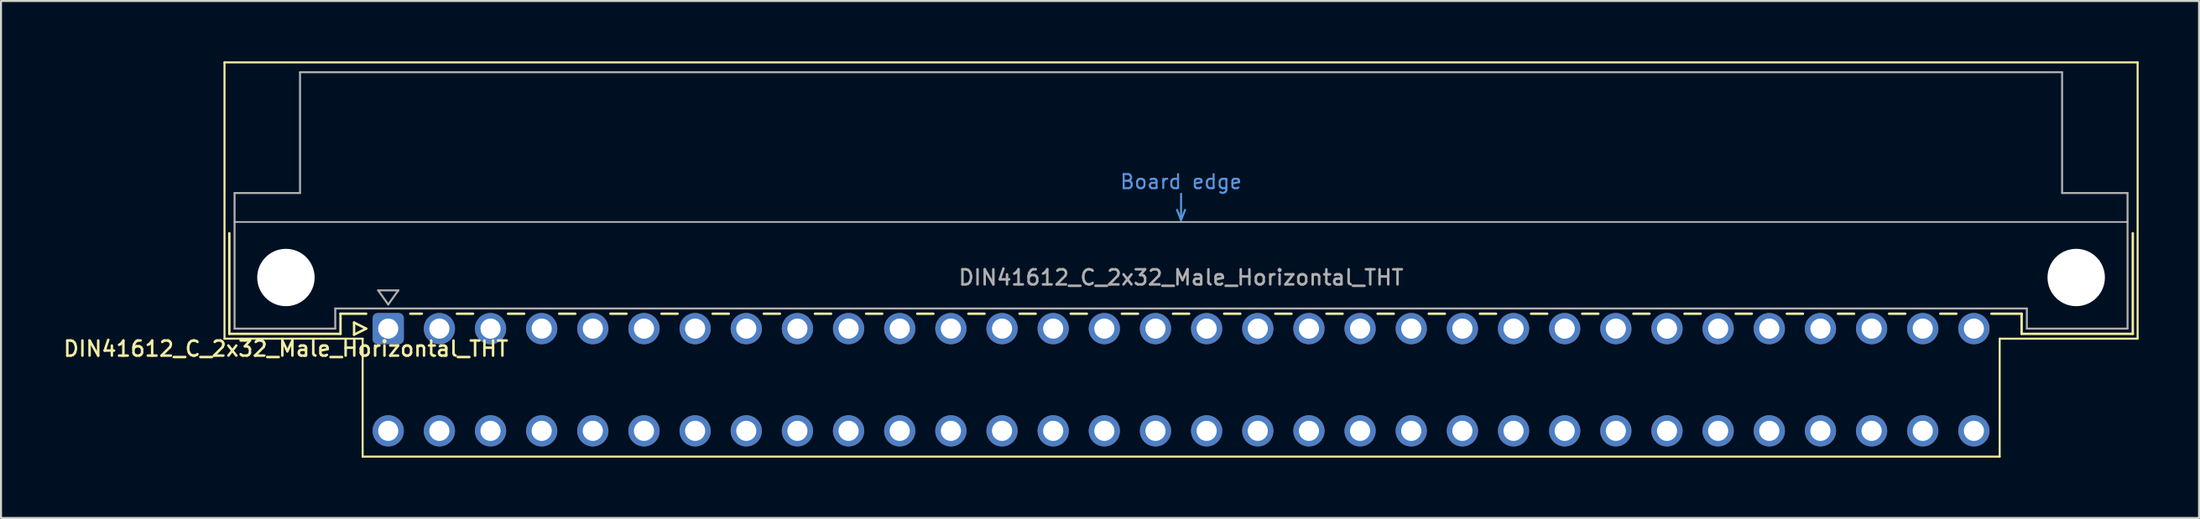
<source format=kicad_pcb>
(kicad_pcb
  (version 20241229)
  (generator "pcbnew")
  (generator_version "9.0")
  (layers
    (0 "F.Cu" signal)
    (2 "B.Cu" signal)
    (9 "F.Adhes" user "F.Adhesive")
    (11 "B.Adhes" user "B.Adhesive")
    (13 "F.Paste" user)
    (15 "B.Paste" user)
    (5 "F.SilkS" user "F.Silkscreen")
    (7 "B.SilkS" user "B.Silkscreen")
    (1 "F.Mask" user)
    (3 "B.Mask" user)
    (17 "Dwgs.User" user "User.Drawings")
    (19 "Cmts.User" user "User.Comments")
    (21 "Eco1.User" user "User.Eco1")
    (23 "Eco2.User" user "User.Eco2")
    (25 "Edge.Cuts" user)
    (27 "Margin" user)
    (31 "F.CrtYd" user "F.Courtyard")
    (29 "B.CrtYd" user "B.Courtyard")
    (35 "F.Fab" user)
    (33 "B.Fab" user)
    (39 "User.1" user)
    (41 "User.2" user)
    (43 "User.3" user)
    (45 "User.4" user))
  (footprint "DIN41612_C_2x32_Male_Horizontal_THT"
    (layer "F.Cu")
    (at 16.228 13.28)
    (property "Reference" "DIN41612_C_2x32_Male_Horizontal_THT" (at -5.08 1 0) (layer "F.SilkS") (effects (font (size 0.75 0.75) (thickness 0.125))))
    (attr through_hole)
    (fp_line (start -8.13 -13.23) (end -8.13 0.5) (stroke (width 0.1) (type solid)) (layer "F.SilkS"))
    (fp_line (start -8.13 0.5) (end -1.27 0.5) (stroke (width 0.1) (type solid)) (layer "F.SilkS"))
    (fp_line (start -7.89 -4.74) (end -7.89 0.26) (stroke (width 0.12) (type solid)) (layer "F.SilkS"))
    (fp_line (start -7.89 0.26) (end -2.37 0.26) (stroke (width 0.12) (type solid)) (layer "F.SilkS"))
    (fp_line (start -2.371 -0.74) (end -1.095 -0.74) (stroke (width 0.12) (type solid)) (layer "F.SilkS"))
    (fp_line (start -2.37 0.26) (end -2.37 -0.74) (stroke (width 0.12) (type solid)) (layer "F.SilkS"))
    (fp_line (start -1.695 -0.3) (end -1.695 0.3) (stroke (width 0.12) (type solid)) (layer "F.SilkS"))
    (fp_line (start -1.695 0.3) (end -1.095 0) (stroke (width 0.12) (type solid)) (layer "F.SilkS"))
    (fp_line (start -1.27 0.5) (end -1.27 6.36) (stroke (width 0.1) (type solid)) (layer "F.SilkS"))
    (fp_line (start -1.27 6.36) (end 80.02 6.36) (stroke (width 0.1) (type solid)) (layer "F.SilkS"))
    (fp_line (start -1.095 0) (end -1.695 -0.3) (stroke (width 0.12) (type solid)) (layer "F.SilkS"))
    (fp_line (start 1.095 -0.74) (end 1.671 -0.74) (stroke (width 0.12) (type solid)) (layer "F.SilkS"))
    (fp_line (start 3.41 -0.74) (end 4.211 -0.74) (stroke (width 0.12) (type solid)) (layer "F.SilkS"))
    (fp_line (start 5.95 -0.74) (end 6.751 -0.74) (stroke (width 0.12) (type solid)) (layer "F.SilkS"))
    (fp_line (start 8.49 -0.74) (end 9.291 -0.74) (stroke (width 0.12) (type solid)) (layer "F.SilkS"))
    (fp_line (start 11.03 -0.74) (end 11.831 -0.74) (stroke (width 0.12) (type solid)) (layer "F.SilkS"))
    (fp_line (start 13.57 -0.74) (end 14.371 -0.74) (stroke (width 0.12) (type solid)) (layer "F.SilkS"))
    (fp_line (start 16.11 -0.74) (end 16.911 -0.74) (stroke (width 0.12) (type solid)) (layer "F.SilkS"))
    (fp_line (start 18.65 -0.74) (end 19.451 -0.74) (stroke (width 0.12) (type solid)) (layer "F.SilkS"))
    (fp_line (start 21.19 -0.74) (end 21.991 -0.74) (stroke (width 0.12) (type solid)) (layer "F.SilkS"))
    (fp_line (start 23.73 -0.74) (end 24.531 -0.74) (stroke (width 0.12) (type solid)) (layer "F.SilkS"))
    (fp_line (start 26.27 -0.74) (end 27.071 -0.74) (stroke (width 0.12) (type solid)) (layer "F.SilkS"))
    (fp_line (start 28.81 -0.74) (end 29.611 -0.74) (stroke (width 0.12) (type solid)) (layer "F.SilkS"))
    (fp_line (start 31.35 -0.74) (end 32.151 -0.74) (stroke (width 0.12) (type solid)) (layer "F.SilkS"))
    (fp_line (start 33.89 -0.74) (end 34.691 -0.74) (stroke (width 0.12) (type solid)) (layer "F.SilkS"))
    (fp_line (start 36.43 -0.74) (end 37.231 -0.74) (stroke (width 0.12) (type solid)) (layer "F.SilkS"))
    (fp_line (start 38.97 -0.74) (end 39.771 -0.74) (stroke (width 0.12) (type solid)) (layer "F.SilkS"))
    (fp_line (start 41.51 -0.74) (end 42.311 -0.74) (stroke (width 0.12) (type solid)) (layer "F.SilkS"))
    (fp_line (start 44.05 -0.74) (end 44.851 -0.74) (stroke (width 0.12) (type solid)) (layer "F.SilkS"))
    (fp_line (start 46.59 -0.74) (end 47.391 -0.74) (stroke (width 0.12) (type solid)) (layer "F.SilkS"))
    (fp_line (start 49.13 -0.74) (end 49.931 -0.74) (stroke (width 0.12) (type solid)) (layer "F.SilkS"))
    (fp_line (start 51.67 -0.74) (end 52.471 -0.74) (stroke (width 0.12) (type solid)) (layer "F.SilkS"))
    (fp_line (start 54.21 -0.74) (end 55.011 -0.74) (stroke (width 0.12) (type solid)) (layer "F.SilkS"))
    (fp_line (start 56.75 -0.74) (end 57.551 -0.74) (stroke (width 0.12) (type solid)) (layer "F.SilkS"))
    (fp_line (start 59.29 -0.74) (end 60.091 -0.74) (stroke (width 0.12) (type solid)) (layer "F.SilkS"))
    (fp_line (start 61.83 -0.74) (end 62.631 -0.74) (stroke (width 0.12) (type solid)) (layer "F.SilkS"))
    (fp_line (start 64.37 -0.74) (end 65.171 -0.74) (stroke (width 0.12) (type solid)) (layer "F.SilkS"))
    (fp_line (start 66.91 -0.74) (end 67.711 -0.74) (stroke (width 0.12) (type solid)) (layer "F.SilkS"))
    (fp_line (start 69.45 -0.74) (end 70.251 -0.74) (stroke (width 0.12) (type solid)) (layer "F.SilkS"))
    (fp_line (start 71.99 -0.74) (end 72.791 -0.74) (stroke (width 0.12) (type solid)) (layer "F.SilkS"))
    (fp_line (start 74.53 -0.74) (end 75.331 -0.74) (stroke (width 0.12) (type solid)) (layer "F.SilkS"))
    (fp_line (start 77.07 -0.74) (end 77.871 -0.74) (stroke (width 0.12) (type solid)) (layer "F.SilkS"))
    (fp_line (start 79.61 -0.74) (end 81.11 -0.74) (stroke (width 0.12) (type solid)) (layer "F.SilkS"))
    (fp_line (start 80.02 0.5) (end 86.87 0.5) (stroke (width 0.1) (type solid)) (layer "F.SilkS"))
    (fp_line (start 80.02 6.36) (end 80.02 0.5) (stroke (width 0.1) (type solid)) (layer "F.SilkS"))
    (fp_line (start 81.11 0.26) (end 81.11 -0.74) (stroke (width 0.12) (type solid)) (layer "F.SilkS"))
    (fp_line (start 86.63 -4.74) (end 86.63 0.26) (stroke (width 0.12) (type solid)) (layer "F.SilkS"))
    (fp_line (start 86.63 0.26) (end 81.11 0.26) (stroke (width 0.12) (type solid)) (layer "F.SilkS"))
    (fp_line (start 86.87 -13.23) (end -8.13 -13.23) (stroke (width 0.1) (type solid)) (layer "F.SilkS"))
    (fp_line (start 86.87 0.5) (end 86.87 -13.23) (stroke (width 0.1) (type solid)) (layer "F.SilkS"))
    (fp_line (start -7.63 -5.3) (end 86.37 -5.3) (stroke (width 0.08) (type solid)) (layer "Dwgs.User"))
    (fp_line (start 39.17 -5.9) (end 39.37 -5.4) (stroke (width 0.1) (type solid)) (layer "Cmts.User"))
    (fp_line (start 39.37 -5.4) (end 39.37 -6.7) (stroke (width 0.1) (type solid)) (layer "Cmts.User"))
    (fp_line (start 39.37 -5.4) (end 39.57 -5.9) (stroke (width 0.1) (type solid)) (layer "Cmts.User"))
    (fp_line (start -7.63 -6.74) (end -7.63 0) (stroke (width 0.1) (type solid)) (layer "F.Fab"))
    (fp_line (start -7.63 0) (end -2.63 0) (stroke (width 0.1) (type solid)) (layer "F.Fab"))
    (fp_line (start -4.38 -12.74) (end -4.38 -6.74) (stroke (width 0.1) (type solid)) (layer "F.Fab"))
    (fp_line (start -4.38 -6.74) (end -7.63 -6.74) (stroke (width 0.1) (type solid)) (layer "F.Fab"))
    (fp_line (start -2.63 -1) (end 81.37 -1) (stroke (width 0.1) (type solid)) (layer "F.Fab"))
    (fp_line (start -2.63 0) (end -2.63 -1) (stroke (width 0.1) (type solid)) (layer "F.Fab"))
    (fp_line (start -0.5 -1.9) (end 0.5 -1.9) (stroke (width 0.1) (type solid)) (layer "F.Fab"))
    (fp_line (start 0 -1.2) (end -0.5 -1.9) (stroke (width 0.1) (type solid)) (layer "F.Fab"))
    (fp_line (start 0.5 -1.9) (end 0 -1.2) (stroke (width 0.1) (type solid)) (layer "F.Fab"))
    (fp_line (start 81.37 -1) (end 81.37 0) (stroke (width 0.1) (type solid)) (layer "F.Fab"))
    (fp_line (start 81.37 0) (end 86.37 0) (stroke (width 0.1) (type solid)) (layer "F.Fab"))
    (fp_line (start 83.12 -12.74) (end -4.38 -12.74) (stroke (width 0.1) (type solid)) (layer "F.Fab"))
    (fp_line (start 83.12 -6.74) (end 83.12 -12.74) (stroke (width 0.1) (type solid)) (layer "F.Fab"))
    (fp_line (start 86.37 -6.74) (end 83.12 -6.74) (stroke (width 0.1) (type solid)) (layer "F.Fab"))
    (fp_line (start 86.37 0) (end 86.37 -6.74) (stroke (width 0.1) (type solid)) (layer "F.Fab"))
    (fp_text user "Board edge" (at 39.37 -7.3 0) (layer "Cmts.User") (effects (font (size 0.7 0.7) (thickness 0.1))))
    (fp_text user "${REFERENCE}" (at 39.37 -2.54 0) (layer "F.Fab") (effects (font (size 0.75 0.75) (thickness 0.125))))
    (pad "" np_thru_hole circle (at -5.08 -2.54) (size 2.85 2.85) (drill 2.85) (layers "*.Cu" "*.Mask"))
    (pad "" np_thru_hole circle (at 83.82 -2.54) (size 2.85 2.85) (drill 2.85) (layers "*.Cu" "*.Mask"))
    (pad "a1" thru_hole roundrect (at 0 0) (size 1.55 1.55) (drill 1) (layers "*.Cu" "*.Mask") (roundrect_rratio 0.161))
    (pad "a2" thru_hole circle (at 2.54 0) (size 1.55 1.55) (drill 1) (layers "*.Cu" "*.Mask"))
    (pad "a3" thru_hole circle (at 5.08 0) (size 1.55 1.55) (drill 1) (layers "*.Cu" "*.Mask"))
    (pad "a4" thru_hole circle (at 7.62 0) (size 1.55 1.55) (drill 1) (layers "*.Cu" "*.Mask"))
    (pad "a5" thru_hole circle (at 10.16 0) (size 1.55 1.55) (drill 1) (layers "*.Cu" "*.Mask"))
    (pad "a6" thru_hole circle (at 12.7 0) (size 1.55 1.55) (drill 1) (layers "*.Cu" "*.Mask"))
    (pad "a7" thru_hole circle (at 15.24 0) (size 1.55 1.55) (drill 1) (layers "*.Cu" "*.Mask"))
    (pad "a8" thru_hole circle (at 17.78 0) (size 1.55 1.55) (drill 1) (layers "*.Cu" "*.Mask"))
    (pad "a9" thru_hole circle (at 20.32 0) (size 1.55 1.55) (drill 1) (layers "*.Cu" "*.Mask"))
    (pad "a10" thru_hole circle (at 22.86 0) (size 1.55 1.55) (drill 1) (layers "*.Cu" "*.Mask"))
    (pad "a11" thru_hole circle (at 25.4 0) (size 1.55 1.55) (drill 1) (layers "*.Cu" "*.Mask"))
    (pad "a12" thru_hole circle (at 27.94 0) (size 1.55 1.55) (drill 1) (layers "*.Cu" "*.Mask"))
    (pad "a13" thru_hole circle (at 30.48 0) (size 1.55 1.55) (drill 1) (layers "*.Cu" "*.Mask"))
    (pad "a14" thru_hole circle (at 33.02 0) (size 1.55 1.55) (drill 1) (layers "*.Cu" "*.Mask"))
    (pad "a15" thru_hole circle (at 35.56 0) (size 1.55 1.55) (drill 1) (layers "*.Cu" "*.Mask"))
    (pad "a16" thru_hole circle (at 38.1 0) (size 1.55 1.55) (drill 1) (layers "*.Cu" "*.Mask"))
    (pad "a17" thru_hole circle (at 40.64 0) (size 1.55 1.55) (drill 1) (layers "*.Cu" "*.Mask"))
    (pad "a18" thru_hole circle (at 43.18 0) (size 1.55 1.55) (drill 1) (layers "*.Cu" "*.Mask"))
    (pad "a19" thru_hole circle (at 45.72 0) (size 1.55 1.55) (drill 1) (layers "*.Cu" "*.Mask"))
    (pad "a20" thru_hole circle (at 48.26 0) (size 1.55 1.55) (drill 1) (layers "*.Cu" "*.Mask"))
    (pad "a21" thru_hole circle (at 50.8 0) (size 1.55 1.55) (drill 1) (layers "*.Cu" "*.Mask"))
    (pad "a22" thru_hole circle (at 53.34 0) (size 1.55 1.55) (drill 1) (layers "*.Cu" "*.Mask"))
    (pad "a23" thru_hole circle (at 55.88 0) (size 1.55 1.55) (drill 1) (layers "*.Cu" "*.Mask"))
    (pad "a24" thru_hole circle (at 58.42 0) (size 1.55 1.55) (drill 1) (layers "*.Cu" "*.Mask"))
    (pad "a25" thru_hole circle (at 60.96 0) (size 1.55 1.55) (drill 1) (layers "*.Cu" "*.Mask"))
    (pad "a26" thru_hole circle (at 63.5 0) (size 1.55 1.55) (drill 1) (layers "*.Cu" "*.Mask"))
    (pad "a27" thru_hole circle (at 66.04 0) (size 1.55 1.55) (drill 1) (layers "*.Cu" "*.Mask"))
    (pad "a28" thru_hole circle (at 68.58 0) (size 1.55 1.55) (drill 1) (layers "*.Cu" "*.Mask"))
    (pad "a29" thru_hole circle (at 71.12 0) (size 1.55 1.55) (drill 1) (layers "*.Cu" "*.Mask"))
    (pad "a30" thru_hole circle (at 73.66 0) (size 1.55 1.55) (drill 1) (layers "*.Cu" "*.Mask"))
    (pad "a31" thru_hole circle (at 76.2 0) (size 1.55 1.55) (drill 1) (layers "*.Cu" "*.Mask"))
    (pad "a32" thru_hole circle (at 78.74 0) (size 1.55 1.55) (drill 1) (layers "*.Cu" "*.Mask"))
    (pad "c1" thru_hole circle (at 0 5.08) (size 1.55 1.55) (drill 1) (layers "*.Cu" "*.Mask"))
    (pad "c2" thru_hole circle (at 2.54 5.08) (size 1.55 1.55) (drill 1) (layers "*.Cu" "*.Mask"))
    (pad "c3" thru_hole circle (at 5.08 5.08) (size 1.55 1.55) (drill 1) (layers "*.Cu" "*.Mask"))
    (pad "c4" thru_hole circle (at 7.62 5.08) (size 1.55 1.55) (drill 1) (layers "*.Cu" "*.Mask"))
    (pad "c5" thru_hole circle (at 10.16 5.08) (size 1.55 1.55) (drill 1) (layers "*.Cu" "*.Mask"))
    (pad "c6" thru_hole circle (at 12.7 5.08) (size 1.55 1.55) (drill 1) (layers "*.Cu" "*.Mask"))
    (pad "c7" thru_hole circle (at 15.24 5.08) (size 1.55 1.55) (drill 1) (layers "*.Cu" "*.Mask"))
    (pad "c8" thru_hole circle (at 17.78 5.08) (size 1.55 1.55) (drill 1) (layers "*.Cu" "*.Mask"))
    (pad "c9" thru_hole circle (at 20.32 5.08) (size 1.55 1.55) (drill 1) (layers "*.Cu" "*.Mask"))
    (pad "c10" thru_hole circle (at 22.86 5.08) (size 1.55 1.55) (drill 1) (layers "*.Cu" "*.Mask"))
    (pad "c11" thru_hole circle (at 25.4 5.08) (size 1.55 1.55) (drill 1) (layers "*.Cu" "*.Mask"))
    (pad "c12" thru_hole circle (at 27.94 5.08) (size 1.55 1.55) (drill 1) (layers "*.Cu" "*.Mask"))
    (pad "c13" thru_hole circle (at 30.48 5.08) (size 1.55 1.55) (drill 1) (layers "*.Cu" "*.Mask"))
    (pad "c14" thru_hole circle (at 33.02 5.08) (size 1.55 1.55) (drill 1) (layers "*.Cu" "*.Mask"))
    (pad "c15" thru_hole circle (at 35.56 5.08) (size 1.55 1.55) (drill 1) (layers "*.Cu" "*.Mask"))
    (pad "c16" thru_hole circle (at 38.1 5.08) (size 1.55 1.55) (drill 1) (layers "*.Cu" "*.Mask"))
    (pad "c17" thru_hole circle (at 40.64 5.08) (size 1.55 1.55) (drill 1) (layers "*.Cu" "*.Mask"))
    (pad "c18" thru_hole circle (at 43.18 5.08) (size 1.55 1.55) (drill 1) (layers "*.Cu" "*.Mask"))
    (pad "c19" thru_hole circle (at 45.72 5.08) (size 1.55 1.55) (drill 1) (layers "*.Cu" "*.Mask"))
    (pad "c20" thru_hole circle (at 48.26 5.08) (size 1.55 1.55) (drill 1) (layers "*.Cu" "*.Mask"))
    (pad "c21" thru_hole circle (at 50.8 5.08) (size 1.55 1.55) (drill 1) (layers "*.Cu" "*.Mask"))
    (pad "c22" thru_hole circle (at 53.34 5.08) (size 1.55 1.55) (drill 1) (layers "*.Cu" "*.Mask"))
    (pad "c23" thru_hole circle (at 55.88 5.08) (size 1.55 1.55) (drill 1) (layers "*.Cu" "*.Mask"))
    (pad "c24" thru_hole circle (at 58.42 5.08) (size 1.55 1.55) (drill 1) (layers "*.Cu" "*.Mask"))
    (pad "c25" thru_hole circle (at 60.96 5.08) (size 1.55 1.55) (drill 1) (layers "*.Cu" "*.Mask"))
    (pad "c26" thru_hole circle (at 63.5 5.08) (size 1.55 1.55) (drill 1) (layers "*.Cu" "*.Mask"))
    (pad "c27" thru_hole circle (at 66.04 5.08) (size 1.55 1.55) (drill 1) (layers "*.Cu" "*.Mask"))
    (pad "c28" thru_hole circle (at 68.58 5.08) (size 1.55 1.55) (drill 1) (layers "*.Cu" "*.Mask"))
    (pad "c29" thru_hole circle (at 71.12 5.08) (size 1.55 1.55) (drill 1) (layers "*.Cu" "*.Mask"))
    (pad "c30" thru_hole circle (at 73.66 5.08) (size 1.55 1.55) (drill 1) (layers "*.Cu" "*.Mask"))
    (pad "c31" thru_hole circle (at 76.2 5.08) (size 1.55 1.55) (drill 1) (layers "*.Cu" "*.Mask"))
    (pad "c32" thru_hole circle (at 78.74 5.08) (size 1.55 1.55) (drill 1) (layers "*.Cu" "*.Mask")))
  (gr_rect
    (start -3 -3)
    (end 106.148 22.69)
    (stroke (width 0.1) (type default))
    (fill no)
    (layer "Edge.Cuts")))
</source>
